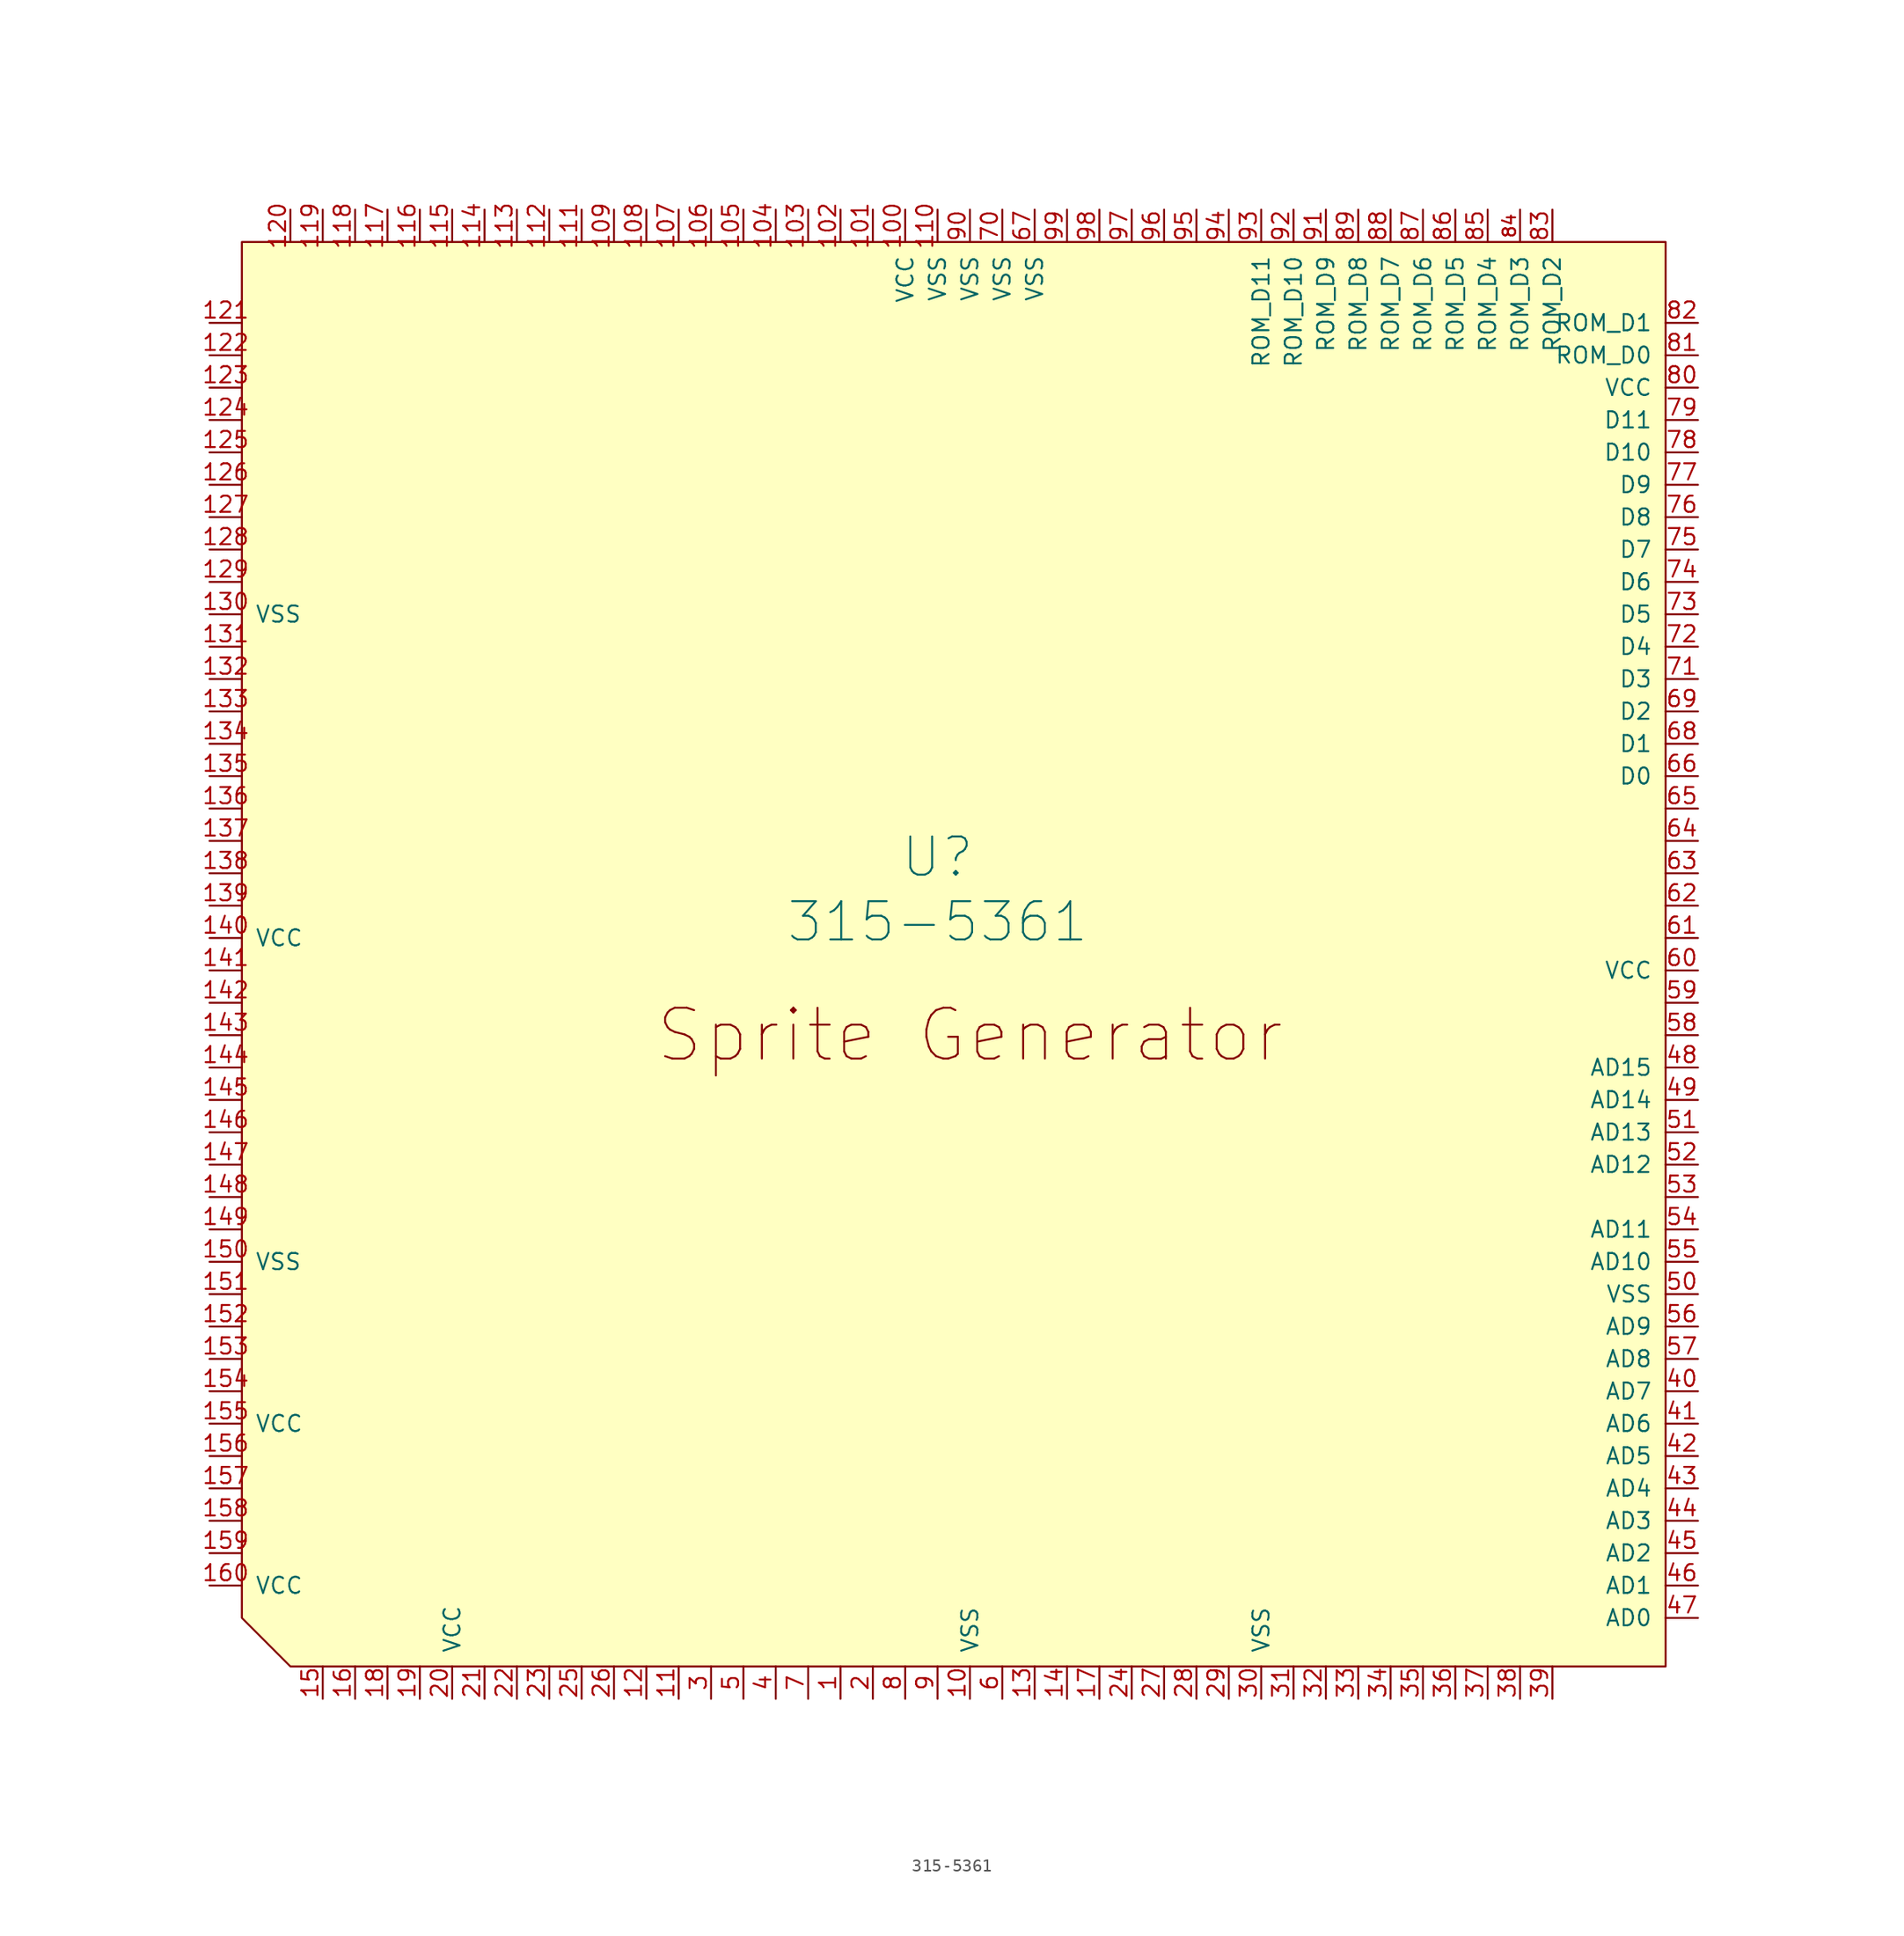
<source format=kicad_sym>
(kicad_symbol_lib
  (version 20211014)
  (generator kicad_symbol_editor)
  (symbol "315-5361"
    (pin_names
      (offset 1.016))
    (property "Reference" "U"
      (at 0 5.08 0)
      (effects (font (size 2.997 2.997))))
    (property "Value" "315-5361"
      (at 0 0 0)
      (effects (font (size 2.997 2.997))))
    (symbol "315-5361_0_0"
      (text "Sprite Generator" (at 2.54 -8.89 0) (effects (font (size 3.988 3.988)))))
    (symbol "315-5361_1_1"
      (polyline (pts (xy -48.26 -58.42) (xy -50.8 -58.42) (xy -54.61 -54.61) (xy -54.61 53.34) (xy 57.15 53.34) (xy 57.15 -58.42) (xy -48.26 -58.42)) (stroke (width 0) (type default) (color 0 0 0 0)) (fill (type background)))
      (pin output line (at -7.62 -60.96 90) (length 2.54) (name "~" (effects (font (size 1.27 1.27)))) (number "1" (effects (font (size 1.27 1.27)))))
      (pin power_in line (at 2.54 -60.96 90) (length 2.54) (name "VSS" (effects (font (size 1.27 1.27)))) (number "10" (effects (font (size 1.27 1.27)))))
      (pin power_in line (at -2.54 55.88 270) (length 2.54) (name "VCC" (effects (font (size 1.27 1.27)))) (number "100" (effects (font (size 1.27 1.27)))))
      (pin input line (at -5.08 55.88 270) (length 2.54) (name "~" (effects (font (size 1.27 1.27)))) (number "101" (effects (font (size 1.27 1.27)))))
      (pin input line (at -7.62 55.88 270) (length 2.54) (name "~" (effects (font (size 1.27 1.27)))) (number "102" (effects (font (size 1.27 1.27)))))
      (pin input line (at -10.16 55.88 270) (length 2.54) (name "~" (effects (font (size 1.27 1.27)))) (number "103" (effects (font (size 1.27 1.27)))))
      (pin input line (at -12.7 55.88 270) (length 2.54) (name "~" (effects (font (size 1.27 1.27)))) (number "104" (effects (font (size 1.27 1.27)))))
      (pin input line (at -15.24 55.88 270) (length 2.54) (name "~" (effects (font (size 1.27 1.27)))) (number "105" (effects (font (size 1.27 1.27)))))
      (pin input line (at -17.78 55.88 270) (length 2.54) (name "~" (effects (font (size 1.27 1.27)))) (number "106" (effects (font (size 1.27 1.27)))))
      (pin input line (at -20.32 55.88 270) (length 2.54) (name "~" (effects (font (size 1.27 1.27)))) (number "107" (effects (font (size 1.27 1.27)))))
      (pin input line (at -22.86 55.88 270) (length 2.54) (name "~" (effects (font (size 1.27 1.27)))) (number "108" (effects (font (size 1.27 1.27)))))
      (pin input line (at -25.4 55.88 270) (length 2.54) (name "~" (effects (font (size 1.27 1.27)))) (number "109" (effects (font (size 1.27 1.27)))))
      (pin input line (at -20.32 -60.96 90) (length 2.54) (name "~" (effects (font (size 1.27 1.27)))) (number "11" (effects (font (size 1.27 1.27)))))
      (pin power_in line (at 0 55.88 270) (length 2.54) (name "VSS" (effects (font (size 1.27 1.27)))) (number "110" (effects (font (size 1.27 1.27)))))
      (pin input line (at -27.94 55.88 270) (length 2.54) (name "~" (effects (font (size 1.27 1.27)))) (number "111" (effects (font (size 1.27 1.27)))))
      (pin input line (at -30.48 55.88 270) (length 2.54) (name "~" (effects (font (size 1.27 1.27)))) (number "112" (effects (font (size 1.27 1.27)))))
      (pin input line (at -33.02 55.88 270) (length 2.54) (name "~" (effects (font (size 1.27 1.27)))) (number "113" (effects (font (size 1.27 1.27)))))
      (pin input line (at -35.56 55.88 270) (length 2.54) (name "~" (effects (font (size 1.27 1.27)))) (number "114" (effects (font (size 1.27 1.27)))))
      (pin input line (at -38.1 55.88 270) (length 2.54) (name "~" (effects (font (size 1.27 1.27)))) (number "115" (effects (font (size 1.27 1.27)))))
      (pin input line (at -40.64 55.88 270) (length 2.54) (name "~" (effects (font (size 1.27 1.27)))) (number "116" (effects (font (size 1.27 1.27)))))
      (pin input line (at -43.18 55.88 270) (length 2.54) (name "~" (effects (font (size 1.27 1.27)))) (number "117" (effects (font (size 1.27 1.27)))))
      (pin input line (at -45.72 55.88 270) (length 2.54) (name "~" (effects (font (size 1.27 1.27)))) (number "118" (effects (font (size 1.27 1.27)))))
      (pin input line (at -48.26 55.88 270) (length 2.54) (name "~" (effects (font (size 1.27 1.27)))) (number "119" (effects (font (size 1.27 1.27)))))
      (pin input line (at -22.86 -60.96 90) (length 2.54) (name "~" (effects (font (size 1.27 1.27)))) (number "12" (effects (font (size 1.27 1.27)))))
      (pin input line (at -50.8 55.88 270) (length 2.54) (name "~" (effects (font (size 1.27 1.27)))) (number "120" (effects (font (size 1.27 1.27)))))
      (pin output line (at -57.15 46.99 0) (length 2.54) (name "~" (effects (font (size 1.27 1.27)))) (number "121" (effects (font (size 1.27 1.27)))))
      (pin output line (at -57.15 44.45 0) (length 2.54) (name "~" (effects (font (size 1.27 1.27)))) (number "122" (effects (font (size 1.27 1.27)))))
      (pin output line (at -57.15 41.91 0) (length 2.54) (name "~" (effects (font (size 1.27 1.27)))) (number "123" (effects (font (size 1.27 1.27)))))
      (pin output line (at -57.15 39.37 0) (length 2.54) (name "~" (effects (font (size 1.27 1.27)))) (number "124" (effects (font (size 1.27 1.27)))))
      (pin output line (at -57.15 36.83 0) (length 2.54) (name "~" (effects (font (size 1.27 1.27)))) (number "125" (effects (font (size 1.27 1.27)))))
      (pin output line (at -57.15 34.29 0) (length 2.54) (name "~" (effects (font (size 1.27 1.27)))) (number "126" (effects (font (size 1.27 1.27)))))
      (pin output line (at -57.15 31.75 0) (length 2.54) (name "~" (effects (font (size 1.27 1.27)))) (number "127" (effects (font (size 1.27 1.27)))))
      (pin output line (at -57.15 29.21 0) (length 2.54) (name "~" (effects (font (size 1.27 1.27)))) (number "128" (effects (font (size 1.27 1.27)))))
      (pin output line (at -57.15 26.67 0) (length 2.54) (name "~" (effects (font (size 1.27 1.27)))) (number "129" (effects (font (size 1.27 1.27)))))
      (pin input line (at 7.62 -60.96 90) (length 2.54) (name "~" (effects (font (size 1.27 1.27)))) (number "13" (effects (font (size 1.27 1.27)))))
      (pin power_in line (at -57.15 24.13 0) (length 2.54) (name "VSS" (effects (font (size 1.27 1.27)))) (number "130" (effects (font (size 1.27 1.27)))))
      (pin output line (at -57.15 21.59 0) (length 2.54) (name "~" (effects (font (size 1.27 1.27)))) (number "131" (effects (font (size 1.27 1.27)))))
      (pin output line (at -57.15 19.05 0) (length 2.54) (name "~" (effects (font (size 1.27 1.27)))) (number "132" (effects (font (size 1.27 1.27)))))
      (pin output line (at -57.15 16.51 0) (length 2.54) (name "~" (effects (font (size 1.27 1.27)))) (number "133" (effects (font (size 1.27 1.27)))))
      (pin output line (at -57.15 13.97 0) (length 2.54) (name "~" (effects (font (size 1.27 1.27)))) (number "134" (effects (font (size 1.27 1.27)))))
      (pin output line (at -57.15 11.43 0) (length 2.54) (name "~" (effects (font (size 1.27 1.27)))) (number "135" (effects (font (size 1.27 1.27)))))
      (pin output line (at -57.15 8.89 0) (length 2.54) (name "~" (effects (font (size 1.27 1.27)))) (number "136" (effects (font (size 1.27 1.27)))))
      (pin output line (at -57.15 6.35 0) (length 2.54) (name "~" (effects (font (size 1.27 1.27)))) (number "137" (effects (font (size 1.27 1.27)))))
      (pin output line (at -57.15 3.81 0) (length 2.54) (name "~" (effects (font (size 1.27 1.27)))) (number "138" (effects (font (size 1.27 1.27)))))
      (pin output line (at -57.15 1.27 0) (length 2.54) (name "~" (effects (font (size 1.27 1.27)))) (number "139" (effects (font (size 1.27 1.27)))))
      (pin input line (at 10.16 -60.96 90) (length 2.54) (name "~" (effects (font (size 1.27 1.27)))) (number "14" (effects (font (size 1.27 1.27)))))
      (pin power_in line (at -57.15 -1.27 0) (length 2.54) (name "VCC" (effects (font (size 1.27 1.27)))) (number "140" (effects (font (size 1.27 1.27)))))
      (pin output line (at -57.15 -3.81 0) (length 2.54) (name "~" (effects (font (size 1.27 1.27)))) (number "141" (effects (font (size 1.27 1.27)))))
      (pin output line (at -57.15 -6.35 0) (length 2.54) (name "~" (effects (font (size 1.27 1.27)))) (number "142" (effects (font (size 1.27 1.27)))))
      (pin output line (at -57.15 -8.89 0) (length 2.54) (name "~" (effects (font (size 1.27 1.27)))) (number "143" (effects (font (size 1.27 1.27)))))
      (pin output line (at -57.15 -11.43 0) (length 2.54) (name "~" (effects (font (size 1.27 1.27)))) (number "144" (effects (font (size 1.27 1.27)))))
      (pin output line (at -57.15 -13.97 0) (length 2.54) (name "~" (effects (font (size 1.27 1.27)))) (number "145" (effects (font (size 1.27 1.27)))))
      (pin output line (at -57.15 -16.51 0) (length 2.54) (name "~" (effects (font (size 1.27 1.27)))) (number "146" (effects (font (size 1.27 1.27)))))
      (pin output line (at -57.15 -19.05 0) (length 2.54) (name "~" (effects (font (size 1.27 1.27)))) (number "147" (effects (font (size 1.27 1.27)))))
      (pin output line (at -57.15 -21.59 0) (length 2.54) (name "~" (effects (font (size 1.27 1.27)))) (number "148" (effects (font (size 1.27 1.27)))))
      (pin output line (at -57.15 -24.13 0) (length 2.54) (name "~" (effects (font (size 1.27 1.27)))) (number "149" (effects (font (size 1.27 1.27)))))
      (pin input line (at -48.26 -60.96 90) (length 2.54) (name "~" (effects (font (size 1.27 1.27)))) (number "15" (effects (font (size 1.27 1.27)))))
      (pin power_in line (at -57.15 -26.67 0) (length 2.54) (name "VSS" (effects (font (size 1.27 1.27)))) (number "150" (effects (font (size 1.27 1.27)))))
      (pin output line (at -57.15 -29.21 0) (length 2.54) (name "~" (effects (font (size 1.27 1.27)))) (number "151" (effects (font (size 1.27 1.27)))))
      (pin output line (at -57.15 -31.75 0) (length 2.54) (name "~" (effects (font (size 1.27 1.27)))) (number "152" (effects (font (size 1.27 1.27)))))
      (pin output line (at -57.15 -34.29 0) (length 2.54) (name "~" (effects (font (size 1.27 1.27)))) (number "153" (effects (font (size 1.27 1.27)))))
      (pin output line (at -57.15 -36.83 0) (length 2.54) (name "~" (effects (font (size 1.27 1.27)))) (number "154" (effects (font (size 1.27 1.27)))))
      (pin power_in line (at -57.15 -39.37 0) (length 2.54) (name "VCC" (effects (font (size 1.27 1.27)))) (number "155" (effects (font (size 1.27 1.27)))))
      (pin output line (at -57.15 -41.91 0) (length 2.54) (name "~" (effects (font (size 1.27 1.27)))) (number "156" (effects (font (size 1.27 1.27)))))
      (pin output line (at -57.15 -44.45 0) (length 2.54) (name "~" (effects (font (size 1.27 1.27)))) (number "157" (effects (font (size 1.27 1.27)))))
      (pin output line (at -57.15 -46.99 0) (length 2.54) (name "~" (effects (font (size 1.27 1.27)))) (number "158" (effects (font (size 1.27 1.27)))))
      (pin output line (at -57.15 -49.53 0) (length 2.54) (name "~" (effects (font (size 1.27 1.27)))) (number "159" (effects (font (size 1.27 1.27)))))
      (pin input line (at -45.72 -60.96 90) (length 2.54) (name "~" (effects (font (size 1.27 1.27)))) (number "16" (effects (font (size 1.27 1.27)))))
      (pin power_in line (at -57.15 -52.07 0) (length 2.54) (name "VCC" (effects (font (size 1.27 1.27)))) (number "160" (effects (font (size 1.27 1.27)))))
      (pin input line (at 12.7 -60.96 90) (length 2.54) (name "~" (effects (font (size 1.27 1.27)))) (number "17" (effects (font (size 1.27 1.27)))))
      (pin input line (at -43.18 -60.96 90) (length 2.54) (name "~" (effects (font (size 1.27 1.27)))) (number "18" (effects (font (size 1.27 1.27)))))
      (pin input line (at -40.64 -60.96 90) (length 2.54) (name "~" (effects (font (size 1.27 1.27)))) (number "19" (effects (font (size 1.27 1.27)))))
      (pin output line (at -5.08 -60.96 90) (length 2.54) (name "~" (effects (font (size 1.27 1.27)))) (number "2" (effects (font (size 1.27 1.27)))))
      (pin power_in line (at -38.1 -60.96 90) (length 2.54) (name "VCC" (effects (font (size 1.27 1.27)))) (number "20" (effects (font (size 1.27 1.27)))))
      (pin input line (at -35.56 -60.96 90) (length 2.54) (name "~" (effects (font (size 1.27 1.27)))) (number "21" (effects (font (size 1.27 1.27)))))
      (pin input line (at -33.02 -60.96 90) (length 2.54) (name "~" (effects (font (size 1.27 1.27)))) (number "22" (effects (font (size 1.27 1.27)))))
      (pin input line (at -30.48 -60.96 90) (length 2.54) (name "~" (effects (font (size 1.27 1.27)))) (number "23" (effects (font (size 1.27 1.27)))))
      (pin input line (at 15.24 -60.96 90) (length 2.54) (name "~" (effects (font (size 1.27 1.27)))) (number "24" (effects (font (size 1.27 1.27)))))
      (pin input line (at -27.94 -60.96 90) (length 2.54) (name "~" (effects (font (size 1.27 1.27)))) (number "25" (effects (font (size 1.27 1.27)))))
      (pin input line (at -25.4 -60.96 90) (length 2.54) (name "~" (effects (font (size 1.27 1.27)))) (number "26" (effects (font (size 1.27 1.27)))))
      (pin input line (at 17.78 -60.96 90) (length 2.54) (name "~" (effects (font (size 1.27 1.27)))) (number "27" (effects (font (size 1.27 1.27)))))
      (pin input line (at 20.32 -60.96 90) (length 2.54) (name "~" (effects (font (size 1.27 1.27)))) (number "28" (effects (font (size 1.27 1.27)))))
      (pin input line (at 22.86 -60.96 90) (length 2.54) (name "~" (effects (font (size 1.27 1.27)))) (number "29" (effects (font (size 1.27 1.27)))))
      (pin output line (at -17.78 -60.96 90) (length 2.54) (name "~" (effects (font (size 1.27 1.27)))) (number "3" (effects (font (size 1.27 1.27)))))
      (pin power_in line (at 25.4 -60.96 90) (length 2.54) (name "VSS" (effects (font (size 1.27 1.27)))) (number "30" (effects (font (size 1.27 1.27)))))
      (pin input line (at 27.94 -60.96 90) (length 2.54) (name "~" (effects (font (size 1.27 1.27)))) (number "31" (effects (font (size 1.27 1.27)))))
      (pin input line (at 30.48 -60.96 90) (length 2.54) (name "~" (effects (font (size 1.27 1.27)))) (number "32" (effects (font (size 1.27 1.27)))))
      (pin input line (at 33.02 -60.96 90) (length 2.54) (name "~" (effects (font (size 1.27 1.27)))) (number "33" (effects (font (size 1.27 1.27)))))
      (pin input line (at 35.56 -60.96 90) (length 2.54) (name "~" (effects (font (size 1.27 1.27)))) (number "34" (effects (font (size 1.27 1.27)))))
      (pin input line (at 38.1 -60.96 90) (length 2.54) (name "~" (effects (font (size 1.27 1.27)))) (number "35" (effects (font (size 1.27 1.27)))))
      (pin input line (at 40.64 -60.96 90) (length 2.54) (name "~" (effects (font (size 1.27 1.27)))) (number "36" (effects (font (size 1.27 1.27)))))
      (pin input line (at 43.18 -60.96 90) (length 2.54) (name "~" (effects (font (size 1.27 1.27)))) (number "37" (effects (font (size 1.27 1.27)))))
      (pin input line (at 45.72 -60.96 90) (length 2.54) (name "~" (effects (font (size 1.27 1.27)))) (number "38" (effects (font (size 1.27 1.27)))))
      (pin input line (at 48.26 -60.96 90) (length 2.54) (name "~" (effects (font (size 1.27 1.27)))) (number "39" (effects (font (size 1.27 1.27)))))
      (pin output line (at -12.7 -60.96 90) (length 2.54) (name "~" (effects (font (size 1.27 1.27)))) (number "4" (effects (font (size 1.27 1.27)))))
      (pin input line (at 59.69 -36.83 180) (length 2.54) (name "AD7" (effects (font (size 1.27 1.27)))) (number "40" (effects (font (size 1.27 1.27)))))
      (pin input line (at 59.69 -39.37 180) (length 2.54) (name "AD6" (effects (font (size 1.27 1.27)))) (number "41" (effects (font (size 1.27 1.27)))))
      (pin input line (at 59.69 -41.91 180) (length 2.54) (name "AD5" (effects (font (size 1.27 1.27)))) (number "42" (effects (font (size 1.27 1.27)))))
      (pin input line (at 59.69 -44.45 180) (length 2.54) (name "AD4" (effects (font (size 1.27 1.27)))) (number "43" (effects (font (size 1.27 1.27)))))
      (pin input line (at 59.69 -46.99 180) (length 2.54) (name "AD3" (effects (font (size 1.27 1.27)))) (number "44" (effects (font (size 1.27 1.27)))))
      (pin input line (at 59.69 -49.53 180) (length 2.54) (name "AD2" (effects (font (size 1.27 1.27)))) (number "45" (effects (font (size 1.27 1.27)))))
      (pin output line (at 59.69 -52.07 180) (length 2.54) (name "AD1" (effects (font (size 1.27 1.27)))) (number "46" (effects (font (size 1.27 1.27)))))
      (pin input line (at 59.69 -54.61 180) (length 2.54) (name "AD0" (effects (font (size 1.27 1.27)))) (number "47" (effects (font (size 1.27 1.27)))))
      (pin output line (at 59.69 -11.43 180) (length 2.54) (name "AD15" (effects (font (size 1.27 1.27)))) (number "48" (effects (font (size 1.27 1.27)))))
      (pin output line (at 59.69 -13.97 180) (length 2.54) (name "AD14" (effects (font (size 1.27 1.27)))) (number "49" (effects (font (size 1.27 1.27)))))
      (pin output line (at -15.24 -60.96 90) (length 2.54) (name "~" (effects (font (size 1.27 1.27)))) (number "5" (effects (font (size 1.27 1.27)))))
      (pin power_in line (at 59.69 -29.21 180) (length 2.54) (name "VSS" (effects (font (size 1.27 1.27)))) (number "50" (effects (font (size 1.27 1.27)))))
      (pin input line (at 59.69 -16.51 180) (length 2.54) (name "AD13" (effects (font (size 1.27 1.27)))) (number "51" (effects (font (size 1.27 1.27)))))
      (pin input line (at 59.69 -19.05 180) (length 2.54) (name "AD12" (effects (font (size 1.27 1.27)))) (number "52" (effects (font (size 1.27 1.27)))))
      (pin input line (at 59.69 -21.59 180) (length 2.54) (name "~" (effects (font (size 1.27 1.27)))) (number "53" (effects (font (size 1.27 1.27)))))
      (pin input line (at 59.69 -24.13 180) (length 2.54) (name "AD11" (effects (font (size 1.27 1.27)))) (number "54" (effects (font (size 1.27 1.27)))))
      (pin input line (at 59.69 -26.67 180) (length 2.54) (name "AD10" (effects (font (size 1.27 1.27)))) (number "55" (effects (font (size 1.27 1.27)))))
      (pin input line (at 59.69 -31.75 180) (length 2.54) (name "AD9" (effects (font (size 1.27 1.27)))) (number "56" (effects (font (size 1.27 1.27)))))
      (pin input line (at 59.69 -34.29 180) (length 2.54) (name "AD8" (effects (font (size 1.27 1.27)))) (number "57" (effects (font (size 1.27 1.27)))))
      (pin input line (at 59.69 -8.89 180) (length 2.54) (name "~" (effects (font (size 1.27 1.27)))) (number "58" (effects (font (size 1.27 1.27)))))
      (pin input line (at 59.69 -6.35 180) (length 2.54) (name "~" (effects (font (size 1.27 1.27)))) (number "59" (effects (font (size 1.27 1.27)))))
      (pin output line (at 5.08 -60.96 90) (length 2.54) (name "~" (effects (font (size 1.27 1.27)))) (number "6" (effects (font (size 1.27 1.27)))))
      (pin power_in line (at 59.69 -3.81 180) (length 2.54) (name "VCC" (effects (font (size 1.27 1.27)))) (number "60" (effects (font (size 1.27 1.27)))))
      (pin input line (at 59.69 -1.27 180) (length 2.54) (name "~" (effects (font (size 1.27 1.27)))) (number "61" (effects (font (size 1.27 1.27)))))
      (pin input line (at 59.69 1.27 180) (length 2.54) (name "~" (effects (font (size 1.27 1.27)))) (number "62" (effects (font (size 1.27 1.27)))))
      (pin input line (at 59.69 3.81 180) (length 2.54) (name "~" (effects (font (size 1.27 1.27)))) (number "63" (effects (font (size 1.27 1.27)))))
      (pin input line (at 59.69 6.35 180) (length 2.54) (name "~" (effects (font (size 1.27 1.27)))) (number "64" (effects (font (size 1.27 1.27)))))
      (pin input line (at 59.69 8.89 180) (length 2.54) (name "~" (effects (font (size 1.27 1.27)))) (number "65" (effects (font (size 1.27 1.27)))))
      (pin output line (at 59.69 11.43 180) (length 2.54) (name "D0" (effects (font (size 1.27 1.27)))) (number "66" (effects (font (size 1.27 1.27)))))
      (pin power_in line (at 7.62 55.88 270) (length 2.54) (name "VSS" (effects (font (size 1.27 1.27)))) (number "67" (effects (font (size 1.27 1.27)))))
      (pin output line (at 59.69 13.97 180) (length 2.54) (name "D1" (effects (font (size 1.27 1.27)))) (number "68" (effects (font (size 1.27 1.27)))))
      (pin output line (at 59.69 16.51 180) (length 2.54) (name "D2" (effects (font (size 1.27 1.27)))) (number "69" (effects (font (size 1.27 1.27)))))
      (pin output line (at -10.16 -60.96 90) (length 2.54) (name "~" (effects (font (size 1.27 1.27)))) (number "7" (effects (font (size 1.27 1.27)))))
      (pin power_in line (at 5.08 55.88 270) (length 2.54) (name "VSS" (effects (font (size 1.27 1.27)))) (number "70" (effects (font (size 1.27 1.27)))))
      (pin output line (at 59.69 19.05 180) (length 2.54) (name "D3" (effects (font (size 1.27 1.27)))) (number "71" (effects (font (size 1.27 1.27)))))
      (pin output line (at 59.69 21.59 180) (length 2.54) (name "D4" (effects (font (size 1.27 1.27)))) (number "72" (effects (font (size 1.27 1.27)))))
      (pin input line (at 59.69 24.13 180) (length 2.54) (name "D5" (effects (font (size 1.27 1.27)))) (number "73" (effects (font (size 1.27 1.27)))))
      (pin input line (at 59.69 26.67 180) (length 2.54) (name "D6" (effects (font (size 1.27 1.27)))) (number "74" (effects (font (size 1.27 1.27)))))
      (pin input line (at 59.69 29.21 180) (length 2.54) (name "D7" (effects (font (size 1.27 1.27)))) (number "75" (effects (font (size 1.27 1.27)))))
      (pin output line (at 59.69 31.75 180) (length 2.54) (name "D8" (effects (font (size 1.27 1.27)))) (number "76" (effects (font (size 1.27 1.27)))))
      (pin output line (at 59.69 34.29 180) (length 2.54) (name "D9" (effects (font (size 1.27 1.27)))) (number "77" (effects (font (size 1.27 1.27)))))
      (pin output line (at 59.69 36.83 180) (length 2.54) (name "D10" (effects (font (size 1.27 1.27)))) (number "78" (effects (font (size 1.27 1.27)))))
      (pin output line (at 59.69 39.37 180) (length 2.54) (name "D11" (effects (font (size 1.27 1.27)))) (number "79" (effects (font (size 1.27 1.27)))))
      (pin output line (at -2.54 -60.96 90) (length 2.54) (name "~" (effects (font (size 1.27 1.27)))) (number "8" (effects (font (size 1.27 1.27)))))
      (pin power_in line (at 59.69 41.91 180) (length 2.54) (name "VCC" (effects (font (size 1.27 1.27)))) (number "80" (effects (font (size 1.27 1.27)))))
      (pin input line (at 59.69 44.45 180) (length 2.54) (name "ROM_D0" (effects (font (size 1.27 1.27)))) (number "81" (effects (font (size 1.27 1.27)))))
      (pin input line (at 59.69 46.99 180) (length 2.54) (name "ROM_D1" (effects (font (size 1.27 1.27)))) (number "82" (effects (font (size 1.27 1.27)))))
      (pin input line (at 48.26 55.88 270) (length 2.54) (name "ROM_D2" (effects (font (size 1.27 1.27)))) (number "83" (effects (font (size 1.27 1.27)))))
      (pin input line (at 45.72 55.88 270) (length 2.54) (name "ROM_D3" (effects (font (size 1.27 1.27)))) (number "84" (effects (font (size 0.991 0.991)))))
      (pin input line (at 43.18 55.88 270) (length 2.54) (name "ROM_D4" (effects (font (size 1.27 1.27)))) (number "85" (effects (font (size 1.27 1.27)))))
      (pin input line (at 40.64 55.88 270) (length 2.54) (name "ROM_D5" (effects (font (size 1.27 1.27)))) (number "86" (effects (font (size 1.27 1.27)))))
      (pin input line (at 38.1 55.88 270) (length 2.54) (name "ROM_D6" (effects (font (size 1.27 1.27)))) (number "87" (effects (font (size 1.27 1.27)))))
      (pin input line (at 35.56 55.88 270) (length 2.54) (name "ROM_D7" (effects (font (size 1.27 1.27)))) (number "88" (effects (font (size 1.27 1.27)))))
      (pin input line (at 33.02 55.88 270) (length 2.54) (name "ROM_D8" (effects (font (size 1.27 1.27)))) (number "89" (effects (font (size 1.27 1.27)))))
      (pin output line (at 0 -60.96 90) (length 2.54) (name "~" (effects (font (size 1.27 1.27)))) (number "9" (effects (font (size 1.27 1.27)))))
      (pin power_in line (at 2.54 55.88 270) (length 2.54) (name "VSS" (effects (font (size 1.27 1.27)))) (number "90" (effects (font (size 1.27 1.27)))))
      (pin input line (at 30.48 55.88 270) (length 2.54) (name "ROM_D9" (effects (font (size 1.27 1.27)))) (number "91" (effects (font (size 1.27 1.27)))))
      (pin input line (at 27.94 55.88 270) (length 2.54) (name "ROM_D10" (effects (font (size 1.27 1.27)))) (number "92" (effects (font (size 1.27 1.27)))))
      (pin input line (at 25.4 55.88 270) (length 2.54) (name "ROM_D11" (effects (font (size 1.27 1.27)))) (number "93" (effects (font (size 1.27 1.27)))))
      (pin output line (at 22.86 55.88 270) (length 2.54) (name "~" (effects (font (size 1.27 1.27)))) (number "94" (effects (font (size 1.27 1.27)))))
      (pin output line (at 20.32 55.88 270) (length 2.54) (name "~" (effects (font (size 1.27 1.27)))) (number "95" (effects (font (size 1.27 1.27)))))
      (pin output line (at 17.78 55.88 270) (length 2.54) (name "~" (effects (font (size 1.27 1.27)))) (number "96" (effects (font (size 1.27 1.27)))))
      (pin output line (at 15.24 55.88 270) (length 2.54) (name "~" (effects (font (size 1.27 1.27)))) (number "97" (effects (font (size 1.27 1.27)))))
      (pin output line (at 12.7 55.88 270) (length 2.54) (name "~" (effects (font (size 1.27 1.27)))) (number "98" (effects (font (size 1.27 1.27)))))
      (pin output line (at 10.16 55.88 270) (length 2.54) (name "~" (effects (font (size 1.27 1.27)))) (number "99" (effects (font (size 1.27 1.27))))))))
</source>
